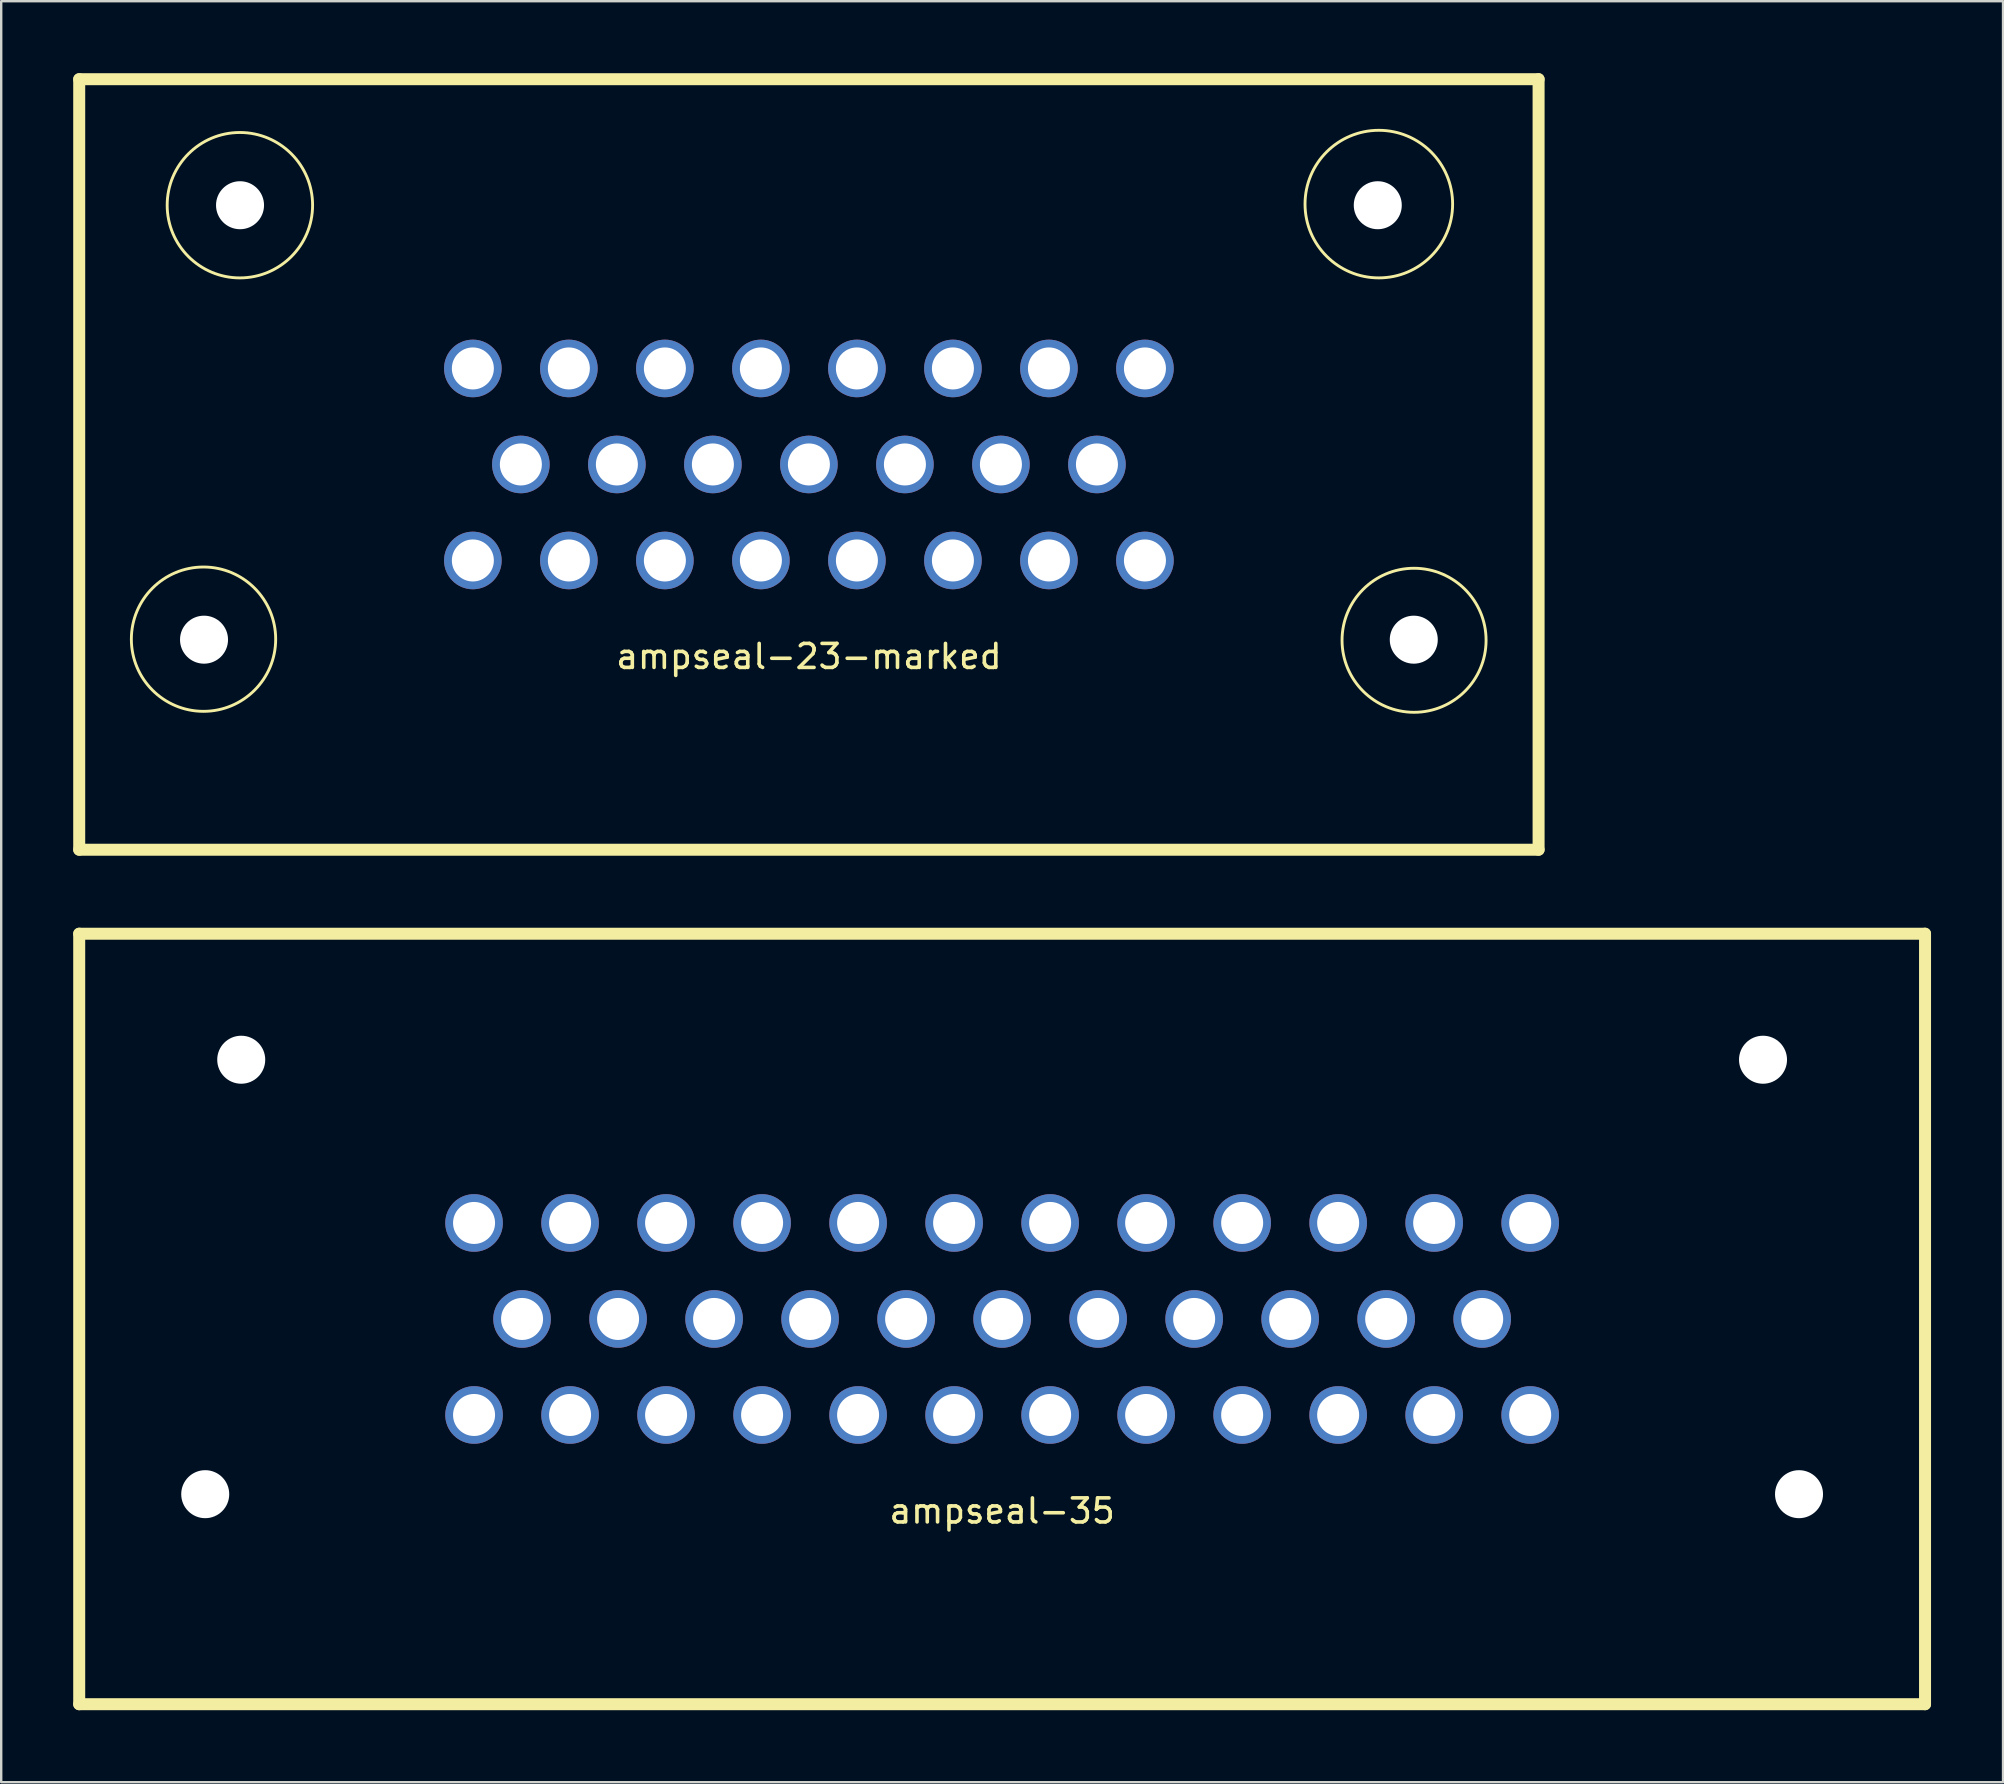
<source format=kicad_pcb>
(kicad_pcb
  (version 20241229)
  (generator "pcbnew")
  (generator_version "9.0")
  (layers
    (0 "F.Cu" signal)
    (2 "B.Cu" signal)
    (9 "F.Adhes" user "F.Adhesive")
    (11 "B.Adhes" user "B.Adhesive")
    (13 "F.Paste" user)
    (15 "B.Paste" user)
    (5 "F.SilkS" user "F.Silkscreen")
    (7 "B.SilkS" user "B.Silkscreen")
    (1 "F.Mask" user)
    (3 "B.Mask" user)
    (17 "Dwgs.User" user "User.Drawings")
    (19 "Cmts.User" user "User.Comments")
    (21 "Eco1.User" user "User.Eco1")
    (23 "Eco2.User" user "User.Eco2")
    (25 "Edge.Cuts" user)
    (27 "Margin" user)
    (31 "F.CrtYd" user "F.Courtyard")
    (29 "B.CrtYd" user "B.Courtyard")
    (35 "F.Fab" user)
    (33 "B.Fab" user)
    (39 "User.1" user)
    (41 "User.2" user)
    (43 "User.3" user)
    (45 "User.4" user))
  (footprint "ampseal-35"
    (layer "F.Cu")
    (at 38.7 51.9)
    (property "Reference" "ampseal-35" (at 0 8 0) (layer "F.SilkS") (effects (font (size 1 1) (thickness 0.15))))
    (attr through_hole)
    (fp_line (start -38.45 -16.05) (end -38.45 16.05) (stroke (width 0.5) (type solid)) (layer "F.SilkS"))
    (fp_line (start -38.45 -16.05) (end 38.45 -16.05) (stroke (width 0.5) (type solid)) (layer "F.SilkS"))
    (fp_line (start -38.45 16.05) (end 38.45 16.05) (stroke (width 0.5) (type solid)) (layer "F.SilkS"))
    (fp_line (start 38.45 -16.05) (end 38.45 16.05) (stroke (width 0.5) (type solid)) (layer "F.SilkS"))
    (pad "" np_thru_hole circle (at -33.2 7.3) (size 2 2) (drill 2) (layers "*.Cu" "*.Mask"))
    (pad "" np_thru_hole circle (at -31.7 -10.8) (size 2 2) (drill 2) (layers "*.Cu" "*.Mask"))
    (pad "" np_thru_hole circle (at 31.7 -10.8) (size 2 2) (drill 2) (layers "*.Cu" "*.Mask"))
    (pad "" np_thru_hole circle (at 33.2 7.3) (size 2 2) (drill 2) (layers "*.Cu" "*.Mask"))
    (pad "1" thru_hole circle (at -22 -4) (size 2.4 2.4) (drill 1.75) (layers "*.Cu" "*.Mask"))
    (pad "2" thru_hole circle (at -18 -4) (size 2.4 2.4) (drill 1.75) (layers "*.Cu" "*.Mask"))
    (pad "3" thru_hole circle (at -14 -4) (size 2.4 2.4) (drill 1.75) (layers "*.Cu" "*.Mask"))
    (pad "4" thru_hole circle (at -10 -4) (size 2.4 2.4) (drill 1.75) (layers "*.Cu" "*.Mask"))
    (pad "5" thru_hole circle (at -6 -4) (size 2.4 2.4) (drill 1.75) (layers "*.Cu" "*.Mask"))
    (pad "6" thru_hole circle (at -2 -4) (size 2.4 2.4) (drill 1.75) (layers "*.Cu" "*.Mask"))
    (pad "7" thru_hole circle (at 2 -4) (size 2.4 2.4) (drill 1.75) (layers "*.Cu" "*.Mask"))
    (pad "8" thru_hole circle (at 6 -4) (size 2.4 2.4) (drill 1.75) (layers "*.Cu" "*.Mask"))
    (pad "9" thru_hole circle (at 10 -4) (size 2.4 2.4) (drill 1.75) (layers "*.Cu" "*.Mask"))
    (pad "10" thru_hole circle (at 14 -4) (size 2.4 2.4) (drill 1.75) (layers "*.Cu" "*.Mask"))
    (pad "11" thru_hole circle (at 18 -4) (size 2.4 2.4) (drill 1.75) (layers "*.Cu" "*.Mask"))
    (pad "12" thru_hole circle (at 22 -4) (size 2.4 2.4) (drill 1.75) (layers "*.Cu" "*.Mask"))
    (pad "13" thru_hole circle (at -20 0) (size 2.4 2.4) (drill 1.75) (layers "*.Cu" "*.Mask"))
    (pad "14" thru_hole circle (at -16 0) (size 2.4 2.4) (drill 1.75) (layers "*.Cu" "*.Mask"))
    (pad "15" thru_hole circle (at -12 0) (size 2.4 2.4) (drill 1.75) (layers "*.Cu" "*.Mask"))
    (pad "16" thru_hole circle (at -8 0) (size 2.4 2.4) (drill 1.75) (layers "*.Cu" "*.Mask"))
    (pad "17" thru_hole circle (at -4 0) (size 2.4 2.4) (drill 1.75) (layers "*.Cu" "*.Mask"))
    (pad "18" thru_hole circle (at 0 0) (size 2.4 2.4) (drill 1.75) (layers "*.Cu" "*.Mask"))
    (pad "19" thru_hole circle (at 4 0) (size 2.4 2.4) (drill 1.75) (layers "*.Cu" "*.Mask"))
    (pad "20" thru_hole circle (at 8 0) (size 2.4 2.4) (drill 1.75) (layers "*.Cu" "*.Mask"))
    (pad "21" thru_hole circle (at 12 0) (size 2.4 2.4) (drill 1.75) (layers "*.Cu" "*.Mask"))
    (pad "22" thru_hole circle (at 16 0) (size 2.4 2.4) (drill 1.75) (layers "*.Cu" "*.Mask"))
    (pad "23" thru_hole circle (at 20 0) (size 2.4 2.4) (drill 1.75) (layers "*.Cu" "*.Mask"))
    (pad "24" thru_hole circle (at -22 4) (size 2.4 2.4) (drill 1.75) (layers "*.Cu" "*.Mask"))
    (pad "25" thru_hole circle (at -18 4) (size 2.4 2.4) (drill 1.75) (layers "*.Cu" "*.Mask"))
    (pad "26" thru_hole circle (at -14 4) (size 2.4 2.4) (drill 1.75) (layers "*.Cu" "*.Mask"))
    (pad "27" thru_hole circle (at -10 4) (size 2.4 2.4) (drill 1.75) (layers "*.Cu" "*.Mask"))
    (pad "28" thru_hole circle (at -6 4) (size 2.4 2.4) (drill 1.75) (layers "*.Cu" "*.Mask"))
    (pad "29" thru_hole circle (at -2 4) (size 2.4 2.4) (drill 1.75) (layers "*.Cu" "*.Mask"))
    (pad "30" thru_hole circle (at 2 4) (size 2.4 2.4) (drill 1.75) (layers "*.Cu" "*.Mask"))
    (pad "31" thru_hole circle (at 6 4) (size 2.4 2.4) (drill 1.75) (layers "*.Cu" "*.Mask"))
    (pad "32" thru_hole circle (at 10 4) (size 2.4 2.4) (drill 1.75) (layers "*.Cu" "*.Mask"))
    (pad "33" thru_hole circle (at 14 4) (size 2.4 2.4) (drill 1.75) (layers "*.Cu" "*.Mask"))
    (pad "34" thru_hole circle (at 18 4) (size 2.4 2.4) (drill 1.75) (layers "*.Cu" "*.Mask"))
    (pad "35" thru_hole circle (at 22 4) (size 2.4 2.4) (drill 1.75) (layers "*.Cu" "*.Mask")))
  (footprint "ampseal-23-marked"
    (layer "F.Cu")
    (at 30.65 16.3)
    (property "Reference" "ampseal-23-marked" (at 0 8 0) (layer "F.SilkS") (effects (font (size 1 1) (thickness 0.15))))
    (attr through_hole)
    (fp_line (start -30.4 -16.05) (end 30.4 -16.05) (stroke (width 0.5) (type solid)) (layer "F.SilkS"))
    (fp_line (start -30.4 16.05) (end -30.4 -16.05) (stroke (width 0.5) (type solid)) (layer "F.SilkS"))
    (fp_line (start 30.4 -16.05) (end 30.4 16.05) (stroke (width 0.5) (type solid)) (layer "F.SilkS"))
    (fp_line (start 30.4 16.05) (end -30.4 16.05) (stroke (width 0.5) (type solid)) (layer "F.SilkS"))
    (fp_circle (center -25.221 7.279) (end -22.284 6.637) (stroke (width 0.12) (type solid)) (fill no) (layer "F.SilkS"))
    (fp_circle (center -23.706 -10.801) (end -20.677 -10.801) (stroke (width 0.12) (type solid)) (fill no) (layer "F.SilkS"))
    (fp_circle (center 23.744 -10.847) (end 26.818 -10.893) (stroke (width 0.12) (type solid)) (fill no) (layer "F.SilkS"))
    (fp_circle (center 25.212 7.325) (end 22.459 6.132) (stroke (width 0.12) (type solid)) (fill no) (layer "F.SilkS"))
    (pad "" np_thru_hole circle (at -25.2 7.3) (size 2 2) (drill 2) (layers "*.Cu" "*.Mask"))
    (pad "" np_thru_hole circle (at -23.7 -10.8) (size 2 2) (drill 2) (layers "*.Cu" "*.Mask"))
    (pad "" np_thru_hole circle (at 23.7 -10.8) (size 2 2) (drill 2) (layers "*.Cu" "*.Mask"))
    (pad "" np_thru_hole circle (at 25.2 7.3) (size 2 2) (drill 2) (layers "*.Cu" "*.Mask"))
    (pad "1" thru_hole circle (at -14 -4) (size 2.4 2.4) (drill 1.75) (layers "*.Cu" "*.Mask"))
    (pad "2" thru_hole circle (at -10 -4) (size 2.4 2.4) (drill 1.75) (layers "*.Cu" "*.Mask"))
    (pad "3" thru_hole circle (at -6 -4) (size 2.4 2.4) (drill 1.75) (layers "*.Cu" "*.Mask"))
    (pad "4" thru_hole circle (at -2 -4) (size 2.4 2.4) (drill 1.75) (layers "*.Cu" "*.Mask"))
    (pad "5" thru_hole circle (at 2 -4) (size 2.4 2.4) (drill 1.75) (layers "*.Cu" "*.Mask"))
    (pad "6" thru_hole circle (at 6 -4) (size 2.4 2.4) (drill 1.75) (layers "*.Cu" "*.Mask"))
    (pad "7" thru_hole circle (at 10 -4) (size 2.4 2.4) (drill 1.75) (layers "*.Cu" "*.Mask"))
    (pad "8" thru_hole circle (at 14 -4) (size 2.4 2.4) (drill 1.75) (layers "*.Cu" "*.Mask"))
    (pad "9" thru_hole circle (at -12 0) (size 2.4 2.4) (drill 1.75) (layers "*.Cu" "*.Mask"))
    (pad "10" thru_hole circle (at -8 0) (size 2.4 2.4) (drill 1.75) (layers "*.Cu" "*.Mask"))
    (pad "11" thru_hole circle (at -4 0) (size 2.4 2.4) (drill 1.75) (layers "*.Cu" "*.Mask"))
    (pad "12" thru_hole circle (at 0 0) (size 2.4 2.4) (drill 1.75) (layers "*.Cu" "*.Mask"))
    (pad "13" thru_hole circle (at 4 0) (size 2.4 2.4) (drill 1.75) (layers "*.Cu" "*.Mask"))
    (pad "14" thru_hole circle (at 8 0) (size 2.4 2.4) (drill 1.75) (layers "*.Cu" "*.Mask"))
    (pad "15" thru_hole circle (at 12 0) (size 2.4 2.4) (drill 1.75) (layers "*.Cu" "*.Mask"))
    (pad "16" thru_hole circle (at -14 4) (size 2.4 2.4) (drill 1.75) (layers "*.Cu" "*.Mask"))
    (pad "17" thru_hole circle (at -10 4) (size 2.4 2.4) (drill 1.75) (layers "*.Cu" "*.Mask"))
    (pad "18" thru_hole circle (at -6 4) (size 2.4 2.4) (drill 1.75) (layers "*.Cu" "*.Mask"))
    (pad "19" thru_hole circle (at -2 4) (size 2.4 2.4) (drill 1.75) (layers "*.Cu" "*.Mask"))
    (pad "20" thru_hole circle (at 2 4) (size 2.4 2.4) (drill 1.75) (layers "*.Cu" "*.Mask"))
    (pad "21" thru_hole circle (at 6 4) (size 2.4 2.4) (drill 1.75) (layers "*.Cu" "*.Mask"))
    (pad "22" thru_hole circle (at 10 4) (size 2.4 2.4) (drill 1.75) (layers "*.Cu" "*.Mask"))
    (pad "23" thru_hole circle (at 14 4) (size 2.4 2.4) (drill 1.75) (layers "*.Cu" "*.Mask")))
  (gr_rect
    (start -3 -3)
    (end 80.4 71.2)
    (stroke (width 0.1) (type default))
    (fill no)
    (layer "Edge.Cuts")))
</source>
